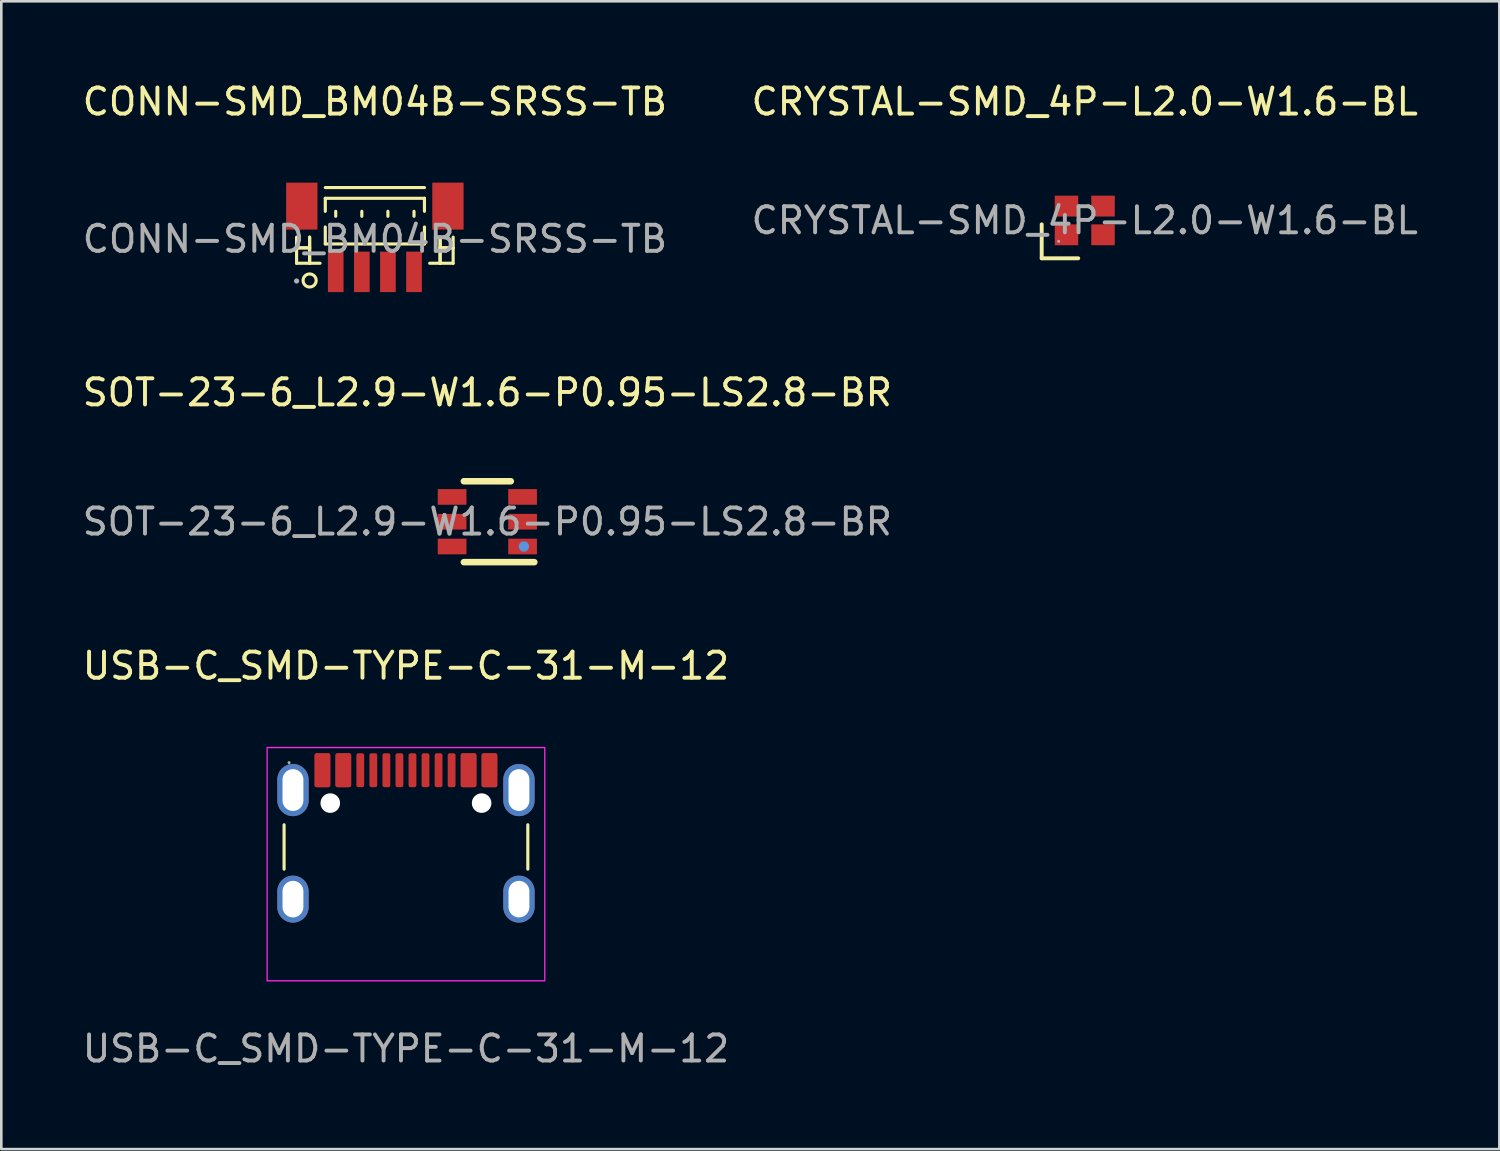
<source format=kicad_pcb>
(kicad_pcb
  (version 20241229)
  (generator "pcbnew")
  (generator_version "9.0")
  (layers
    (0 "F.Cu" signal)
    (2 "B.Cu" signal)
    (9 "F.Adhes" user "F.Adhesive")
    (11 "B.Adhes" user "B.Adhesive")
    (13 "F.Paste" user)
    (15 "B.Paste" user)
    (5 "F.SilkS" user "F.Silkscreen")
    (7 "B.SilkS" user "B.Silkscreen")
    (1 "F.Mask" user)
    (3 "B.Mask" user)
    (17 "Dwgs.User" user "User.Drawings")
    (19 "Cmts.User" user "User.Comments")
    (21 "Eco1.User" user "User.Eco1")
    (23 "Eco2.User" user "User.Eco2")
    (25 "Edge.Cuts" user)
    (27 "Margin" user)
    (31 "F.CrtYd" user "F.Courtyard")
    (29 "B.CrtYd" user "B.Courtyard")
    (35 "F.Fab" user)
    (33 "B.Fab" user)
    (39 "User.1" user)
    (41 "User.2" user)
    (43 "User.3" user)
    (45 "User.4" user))
  (footprint "CONN-SMD_BM04B-SRSS-TB"
    (layer "F.Cu")
    (at 11.315 6.108)
    (property "Reference" "CONN-SMD_BM04B-SRSS-TB" (at 0 -5.26 0) (layer "F.SilkS") (effects (font (size 1 1) (thickness 0.15))))
    (attr smd)
    (fp_line (start -3 -0.07) (end -3 0.93) (stroke (width 0.12) (type solid)) (layer "F.SilkS"))
    (fp_line (start -3 0.34) (end -2.5 0.34) (stroke (width 0.12) (type solid)) (layer "F.SilkS"))
    (fp_line (start -3 0.93) (end -2.1 0.93) (stroke (width 0.12) (type solid)) (layer "F.SilkS"))
    (fp_line (start -2.5 -0.07) (end -2.5 0.93) (stroke (width 0.12) (type solid)) (layer "F.SilkS"))
    (fp_line (start -2.5 0.34) (end -3 0.34) (stroke (width 0.12) (type solid)) (layer "F.SilkS"))
    (fp_line (start -2.5 0.93) (end -2.5 -0.07) (stroke (width 0.12) (type solid)) (layer "F.SilkS"))
    (fp_line (start -1.9 -1.97) (end 1.9 -1.97) (stroke (width 0.12) (type solid)) (layer "F.SilkS"))
    (fp_line (start -1.9 -1.56) (end 1.9 -1.56) (stroke (width 0.12) (type solid)) (layer "F.SilkS"))
    (fp_line (start -1.9 -1.06) (end -1.9 -1.56) (stroke (width 0.12) (type solid)) (layer "F.SilkS"))
    (fp_line (start -1.9 -0.46) (end -1.9 0.19) (stroke (width 0.12) (type solid)) (layer "F.SilkS"))
    (fp_line (start -1.9 0.19) (end 1.9 0.19) (stroke (width 0.12) (type solid)) (layer "F.SilkS"))
    (fp_line (start -1.5 -1.06) (end -1.5 -0.87) (stroke (width 0.12) (type solid)) (layer "F.SilkS"))
    (fp_line (start -0.5 -1.06) (end -0.5 -0.87) (stroke (width 0.12) (type solid)) (layer "F.SilkS"))
    (fp_line (start 0.5 -1.06) (end 0.5 -0.87) (stroke (width 0.12) (type solid)) (layer "F.SilkS"))
    (fp_line (start 1.5 -1.06) (end 1.5 -0.87) (stroke (width 0.12) (type solid)) (layer "F.SilkS"))
    (fp_line (start 1.9 -1.56) (end 1.9 -1.06) (stroke (width 0.12) (type solid)) (layer "F.SilkS"))
    (fp_line (start 1.9 0.19) (end 1.9 -0.46) (stroke (width 0.12) (type solid)) (layer "F.SilkS"))
    (fp_line (start 2.5 -0.07) (end 2.5 0.93) (stroke (width 0.12) (type solid)) (layer "F.SilkS"))
    (fp_line (start 2.5 0.34) (end 3 0.34) (stroke (width 0.12) (type solid)) (layer "F.SilkS"))
    (fp_line (start 2.5 0.93) (end 2.5 -0.07) (stroke (width 0.12) (type solid)) (layer "F.SilkS"))
    (fp_line (start 3 -0.07) (end 3 0.93) (stroke (width 0.12) (type solid)) (layer "F.SilkS"))
    (fp_line (start 3 0.34) (end 2.5 0.34) (stroke (width 0.12) (type solid)) (layer "F.SilkS"))
    (fp_line (start 3 0.93) (end 2.1 0.93) (stroke (width 0.12) (type solid)) (layer "F.SilkS"))
    (fp_arc (start -2.25 1.6) (mid -2.7502 1.589998) (end -2.25 1.580005) (stroke (width 0.12) (type solid)) (layer "F.SilkS"))
    (fp_circle (center -3 1.61) (end -2.95 1.61) (stroke (width 0.1) (type solid)) (fill no) (layer "F.Fab"))
    (fp_text user "${REFERENCE}" (at 0 0 0) (layer "F.Fab") (effects (font (size 1 1) (thickness 0.15))))
    (pad "0" smd rect (at -2.8 -1.26) (size 1.2 1.8) (layers "F.Cu" "F.Mask" "F.Paste"))
    (pad "0" smd rect (at 2.8 -1.26) (size 1.2 1.8) (layers "F.Cu" "F.Mask" "F.Paste"))
    (pad "1" smd rect (at -1.5 1.26) (size 0.6 1.55) (layers "F.Cu" "F.Mask" "F.Paste"))
    (pad "2" smd rect (at -0.5 1.26) (size 0.6 1.55) (layers "F.Cu" "F.Mask" "F.Paste"))
    (pad "3" smd rect (at 0.5 1.26) (size 0.6 1.55) (layers "F.Cu" "F.Mask" "F.Paste"))
    (pad "4" smd rect (at 1.5 1.26) (size 0.6 1.55) (layers "F.Cu" "F.Mask" "F.Paste")))
  (footprint "SOT-23-6_L2.9-W1.6-P0.95-LS2.8-BR"
    (layer "F.Cu")
    (at 15.625 16.942)
    (property "Reference" "SOT-23-6_L2.9-W1.6-P0.95-LS2.8-BR" (at 0 -4.95 0) (layer "F.SilkS") (effects (font (size 1 1) (thickness 0.15))))
    (attr smd)
    (fp_line (start -0.9 -1.55) (end 0.9 -1.55) (stroke (width 0.25) (type solid)) (layer "F.SilkS"))
    (fp_line (start -0.9 1.55) (end 1.8 1.55) (stroke (width 0.25) (type solid)) (layer "F.SilkS"))
    (fp_circle (center 1.4 0.95) (end 1.5 0.95) (stroke (width 0.2) (type solid)) (fill no) (layer "Cmts.User"))
    (fp_text user "${REFERENCE}" (at 0 0 0) (layer "F.Fab") (effects (font (size 1 1) (thickness 0.15))))
    (pad "1" smd rect (at 1.35 0.95) (size 1.1 0.6) (layers "F.Cu" "F.Mask" "F.Paste"))
    (pad "2" smd rect (at 1.35 0) (size 1.1 0.6) (layers "F.Cu" "F.Mask" "F.Paste"))
    (pad "3" smd rect (at 1.35 -0.95) (size 1.1 0.6) (layers "F.Cu" "F.Mask" "F.Paste"))
    (pad "4" smd rect (at -1.35 -0.95) (size 1.1 0.6) (layers "F.Cu" "F.Mask" "F.Paste"))
    (pad "5" smd rect (at -1.35 0) (size 1.1 0.6) (layers "F.Cu" "F.Mask" "F.Paste"))
    (pad "6" smd rect (at -1.35 0.95) (size 1.1 0.6) (layers "F.Cu" "F.Mask" "F.Paste")))
  (footprint "CRYSTAL-SMD_4P-L2.0-W1.6-BL"
    (layer "F.Cu")
    (at 38.518 5.398)
    (property "Reference" "CRYSTAL-SMD_4P-L2.0-W1.6-BL" (at 0 -4.55 0) (layer "F.SilkS") (effects (font (size 1 1) (thickness 0.15))))
    (attr smd)
    (fp_line (start -1.65 0.15) (end -1.65 1.45) (stroke (width 0.15) (type solid)) (layer "F.SilkS"))
    (fp_line (start -1.65 1.45) (end -0.25 1.45) (stroke (width 0.15) (type solid)) (layer "F.SilkS"))
    (fp_circle (center -1 0.8) (end -0.97 0.8) (stroke (width 0.06) (type solid)) (fill no) (layer "F.Fab"))
    (fp_text user "${REFERENCE}" (at 0 0 0) (layer "F.Fab") (effects (font (size 1 1) (thickness 0.15))))
    (pad "1" smd rect (at -0.7 0.55) (size 0.9 0.8) (layers "F.Cu" "F.Mask" "F.Paste"))
    (pad "2" smd rect (at 0.7 0.55) (size 0.9 0.8) (layers "F.Cu" "F.Mask" "F.Paste"))
    (pad "3" smd rect (at 0.7 -0.55) (size 0.9 0.8) (layers "F.Cu" "F.Mask" "F.Paste"))
    (pad "4" smd rect (at -0.7 -0.55) (size 0.9 0.8) (layers "F.Cu" "F.Mask" "F.Paste")))
  (footprint "USB-C_SMD-TYPE-C-31-M-12"
    (layer "F.Cu")
    (at 12.506 28.935)
    (property "Reference" "USB-C_SMD-TYPE-C-31-M-12" (at 0 -6.47 0) (layer "F.SilkS") (effects (font (size 1 1) (thickness 0.15))))
    (attr smd)
    (fp_line (start -4.67 1.32) (end -4.67 -0.38) (stroke (width 0.12) (type solid)) (layer "F.SilkS"))
    (fp_line (start 4.67 1.32) (end 4.67 -0.38) (stroke (width 0.12) (type solid)) (layer "F.SilkS"))
    (fp_rect (start -5.32 -3.34) (end 5.32 5.6) (stroke (width 0.05) (type solid)) (fill no) (layer "F.CrtYd"))
    (fp_circle (center -4.48 -2.76) (end -4.45 -2.76) (stroke (width 0.06) (type solid)) (fill no) (layer "F.Fab"))
    (fp_text user "${REFERENCE}" (at 0 8.2 0) (layer "F.Fab") (effects (font (size 1 1) (thickness 0.15))))
    (pad "" np_thru_hole circle (at -2.9 -1.21) (size 0.75 0.75) (drill 0.75) (layers "*.Cu" "*.Mask"))
    (pad "" np_thru_hole circle (at 2.9 -1.21) (size 0.75 0.75) (drill 0.75) (layers "*.Cu" "*.Mask"))
    (pad "A1" smd roundrect (at -3.2 -2.47) (size 0.6 1.3) (layers "F.Cu" "F.Mask" "F.Paste") (roundrect_rratio 0.125))
    (pad "A4" smd roundrect (at -2.4 -2.47) (size 0.6 1.3) (layers "F.Cu" "F.Mask" "F.Paste") (roundrect_rratio 0.125))
    (pad "A5" smd roundrect (at -1.25 -2.47) (size 0.3 1.3) (layers "F.Cu" "F.Mask" "F.Paste") (roundrect_rratio 0.25))
    (pad "A6" smd roundrect (at -0.25 -2.47) (size 0.3 1.3) (layers "F.Cu" "F.Mask" "F.Paste") (roundrect_rratio 0.25))
    (pad "A7" smd roundrect (at 0.25 -2.47) (size 0.3 1.3) (layers "F.Cu" "F.Mask" "F.Paste") (roundrect_rratio 0.25))
    (pad "A8" smd roundrect (at 1.25 -2.47) (size 0.3 1.3) (layers "F.Cu" "F.Mask" "F.Paste") (roundrect_rratio 0.25))
    (pad "A9" smd roundrect (at 2.4 -2.47) (size 0.6 1.3) (layers "F.Cu" "F.Mask" "F.Paste") (roundrect_rratio 0.125))
    (pad "A12" smd roundrect (at 3.2 -2.47) (size 0.6 1.3) (layers "F.Cu" "F.Mask" "F.Paste") (roundrect_rratio 0.125))
    (pad "B1" smd roundrect (at 3.2 -2.47) (size 0.6 1.3) (layers "F.Cu" "F.Mask" "F.Paste") (roundrect_rratio 0.125))
    (pad "B4" smd roundrect (at 2.4 -2.47) (size 0.6 1.3) (layers "F.Cu" "F.Mask" "F.Paste") (roundrect_rratio 0.125))
    (pad "B5" smd roundrect (at 1.75 -2.47) (size 0.3 1.3) (layers "F.Cu" "F.Mask" "F.Paste") (roundrect_rratio 0.25))
    (pad "B6" smd roundrect (at 0.75 -2.47) (size 0.3 1.3) (layers "F.Cu" "F.Mask" "F.Paste") (roundrect_rratio 0.25))
    (pad "B7" smd roundrect (at -0.75 -2.47) (size 0.3 1.3) (layers "F.Cu" "F.Mask" "F.Paste") (roundrect_rratio 0.25))
    (pad "B8" smd roundrect (at -1.75 -2.47) (size 0.3 1.3) (layers "F.Cu" "F.Mask" "F.Paste") (roundrect_rratio 0.25))
    (pad "B9" smd roundrect (at -2.4 -2.47) (size 0.6 1.3) (layers "F.Cu" "F.Mask" "F.Paste") (roundrect_rratio 0.125))
    (pad "B12" smd roundrect (at -3.2 -2.47) (size 0.6 1.3) (layers "F.Cu" "F.Mask" "F.Paste") (roundrect_rratio 0.125))
    (pad "S1" thru_hole oval (at -4.33 -1.71) (size 1.2 2) (drill oval 0.8 1.6) (layers "*.Cu" "*.Mask"))
    (pad "S1" thru_hole oval (at -4.33 2.47) (size 1.2 1.8) (drill oval 0.8 1.4) (layers "*.Cu" "*.Mask"))
    (pad "S1" thru_hole oval (at 4.33 -1.71) (size 1.2 2) (drill oval 0.8 1.6) (layers "*.Cu" "*.Mask"))
    (pad "S1" thru_hole oval (at 4.33 2.47) (size 1.2 1.8) (drill oval 0.8 1.4) (layers "*.Cu" "*.Mask")))
  (gr_rect
    (start -3 -3)
    (end 54.405 40.983)
    (stroke (width 0.1) (type default))
    (fill no)
    (layer "Edge.Cuts")))
</source>
